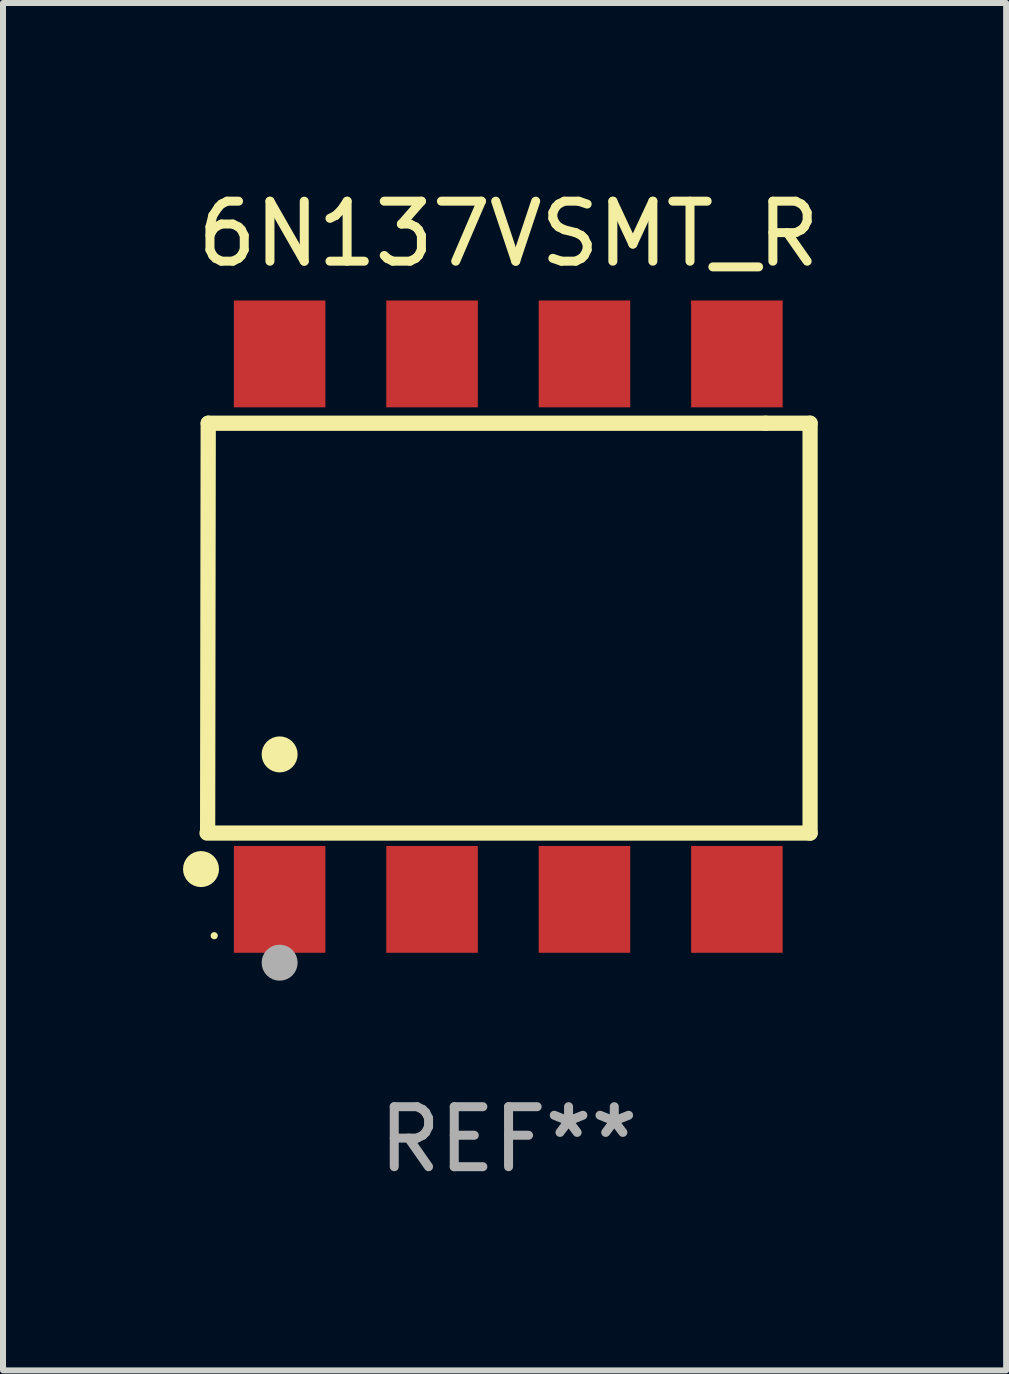
<source format=kicad_pcb>
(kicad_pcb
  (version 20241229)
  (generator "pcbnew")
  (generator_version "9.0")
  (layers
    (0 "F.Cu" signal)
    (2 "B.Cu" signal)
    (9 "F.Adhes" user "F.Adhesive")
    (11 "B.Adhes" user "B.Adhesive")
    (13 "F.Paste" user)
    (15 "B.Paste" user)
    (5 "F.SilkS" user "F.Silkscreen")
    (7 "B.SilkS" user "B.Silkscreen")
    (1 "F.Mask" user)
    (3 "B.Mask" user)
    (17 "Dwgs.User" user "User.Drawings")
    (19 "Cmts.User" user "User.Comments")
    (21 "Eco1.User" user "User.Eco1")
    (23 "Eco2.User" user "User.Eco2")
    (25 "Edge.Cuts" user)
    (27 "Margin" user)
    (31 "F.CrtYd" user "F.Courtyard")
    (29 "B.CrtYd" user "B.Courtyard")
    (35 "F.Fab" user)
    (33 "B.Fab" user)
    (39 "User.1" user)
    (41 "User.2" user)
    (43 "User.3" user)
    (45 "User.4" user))
  (footprint "6N137VSMT_R"
    (layer "F.Cu")
    (at 5.425 7.393)
    (property "Reference" "6N137VSMT_R" (at 0 -6.545 0) (layer "F.SilkS") (effects (font (size 1 1) (thickness 0.15))))
    (attr through_hole)
    (fp_line (start -5.005 -3.39) (end -5.015 3.42) (stroke (width 0.254) (type solid)) (layer "F.SilkS"))
    (fp_line (start 4.285 -3.39) (end -5.005 -3.39) (stroke (width 0.254) (type solid)) (layer "F.SilkS"))
    (fp_line (start 4.285 -3.39) (end 5.025 -3.39) (stroke (width 0.254) (type solid)) (layer "F.SilkS"))
    (fp_line (start 5.025 -3.39) (end 5.025 3.44) (stroke (width 0.254) (type solid)) (layer "F.SilkS"))
    (fp_line (start 5.025 3.44) (end -5.025 3.44) (stroke (width 0.254) (type solid)) (layer "F.SilkS"))
    (fp_circle (center -5.125 4.04) (end -4.975 4.04) (stroke (width 0.3) (type solid)) (fill no) (layer "F.SilkS"))
    (fp_circle (center -4.905 5.15) (end -4.875 5.15) (stroke (width 0.06) (type solid)) (fill no) (layer "F.SilkS"))
    (fp_circle (center -3.815 2.129) (end -3.665 2.129) (stroke (width 0.3) (type solid)) (fill no) (layer "F.SilkS"))
    (fp_circle (center -3.815 5.6) (end -3.665 5.6) (stroke (width 0.3) (type solid)) (fill no) (layer "F.Fab"))
    (fp_text user "REF**" (at 0 8.545 0) (layer "F.Fab") (effects (font (size 1 1) (thickness 0.15))))
    (pad "1" smd rect (at -3.815 4.545) (size 1.525 1.78) (layers "F.Cu" "F.Mask" "F.Paste"))
    (pad "2" smd rect (at -1.275 4.545) (size 1.525 1.78) (layers "F.Cu" "F.Mask" "F.Paste"))
    (pad "3" smd rect (at 1.265 4.545) (size 1.525 1.78) (layers "F.Cu" "F.Mask" "F.Paste"))
    (pad "4" smd rect (at 3.805 4.545) (size 1.525 1.78) (layers "F.Cu" "F.Mask" "F.Paste"))
    (pad "5" smd rect (at 3.805 -4.545) (size 1.525 1.78) (layers "F.Cu" "F.Mask" "F.Paste"))
    (pad "6" smd rect (at 1.265 -4.545) (size 1.525 1.78) (layers "F.Cu" "F.Mask" "F.Paste"))
    (pad "7" smd rect (at -1.275 -4.545) (size 1.525 1.78) (layers "F.Cu" "F.Mask" "F.Paste"))
    (pad "8" smd rect (at -3.815 -4.545) (size 1.525 1.78) (layers "F.Cu" "F.Mask" "F.Paste")))
  (gr_rect
    (start -3 -3)
    (end 13.717 19.787)
    (stroke (width 0.1) (type default))
    (fill no)
    (layer "Edge.Cuts")))
</source>
